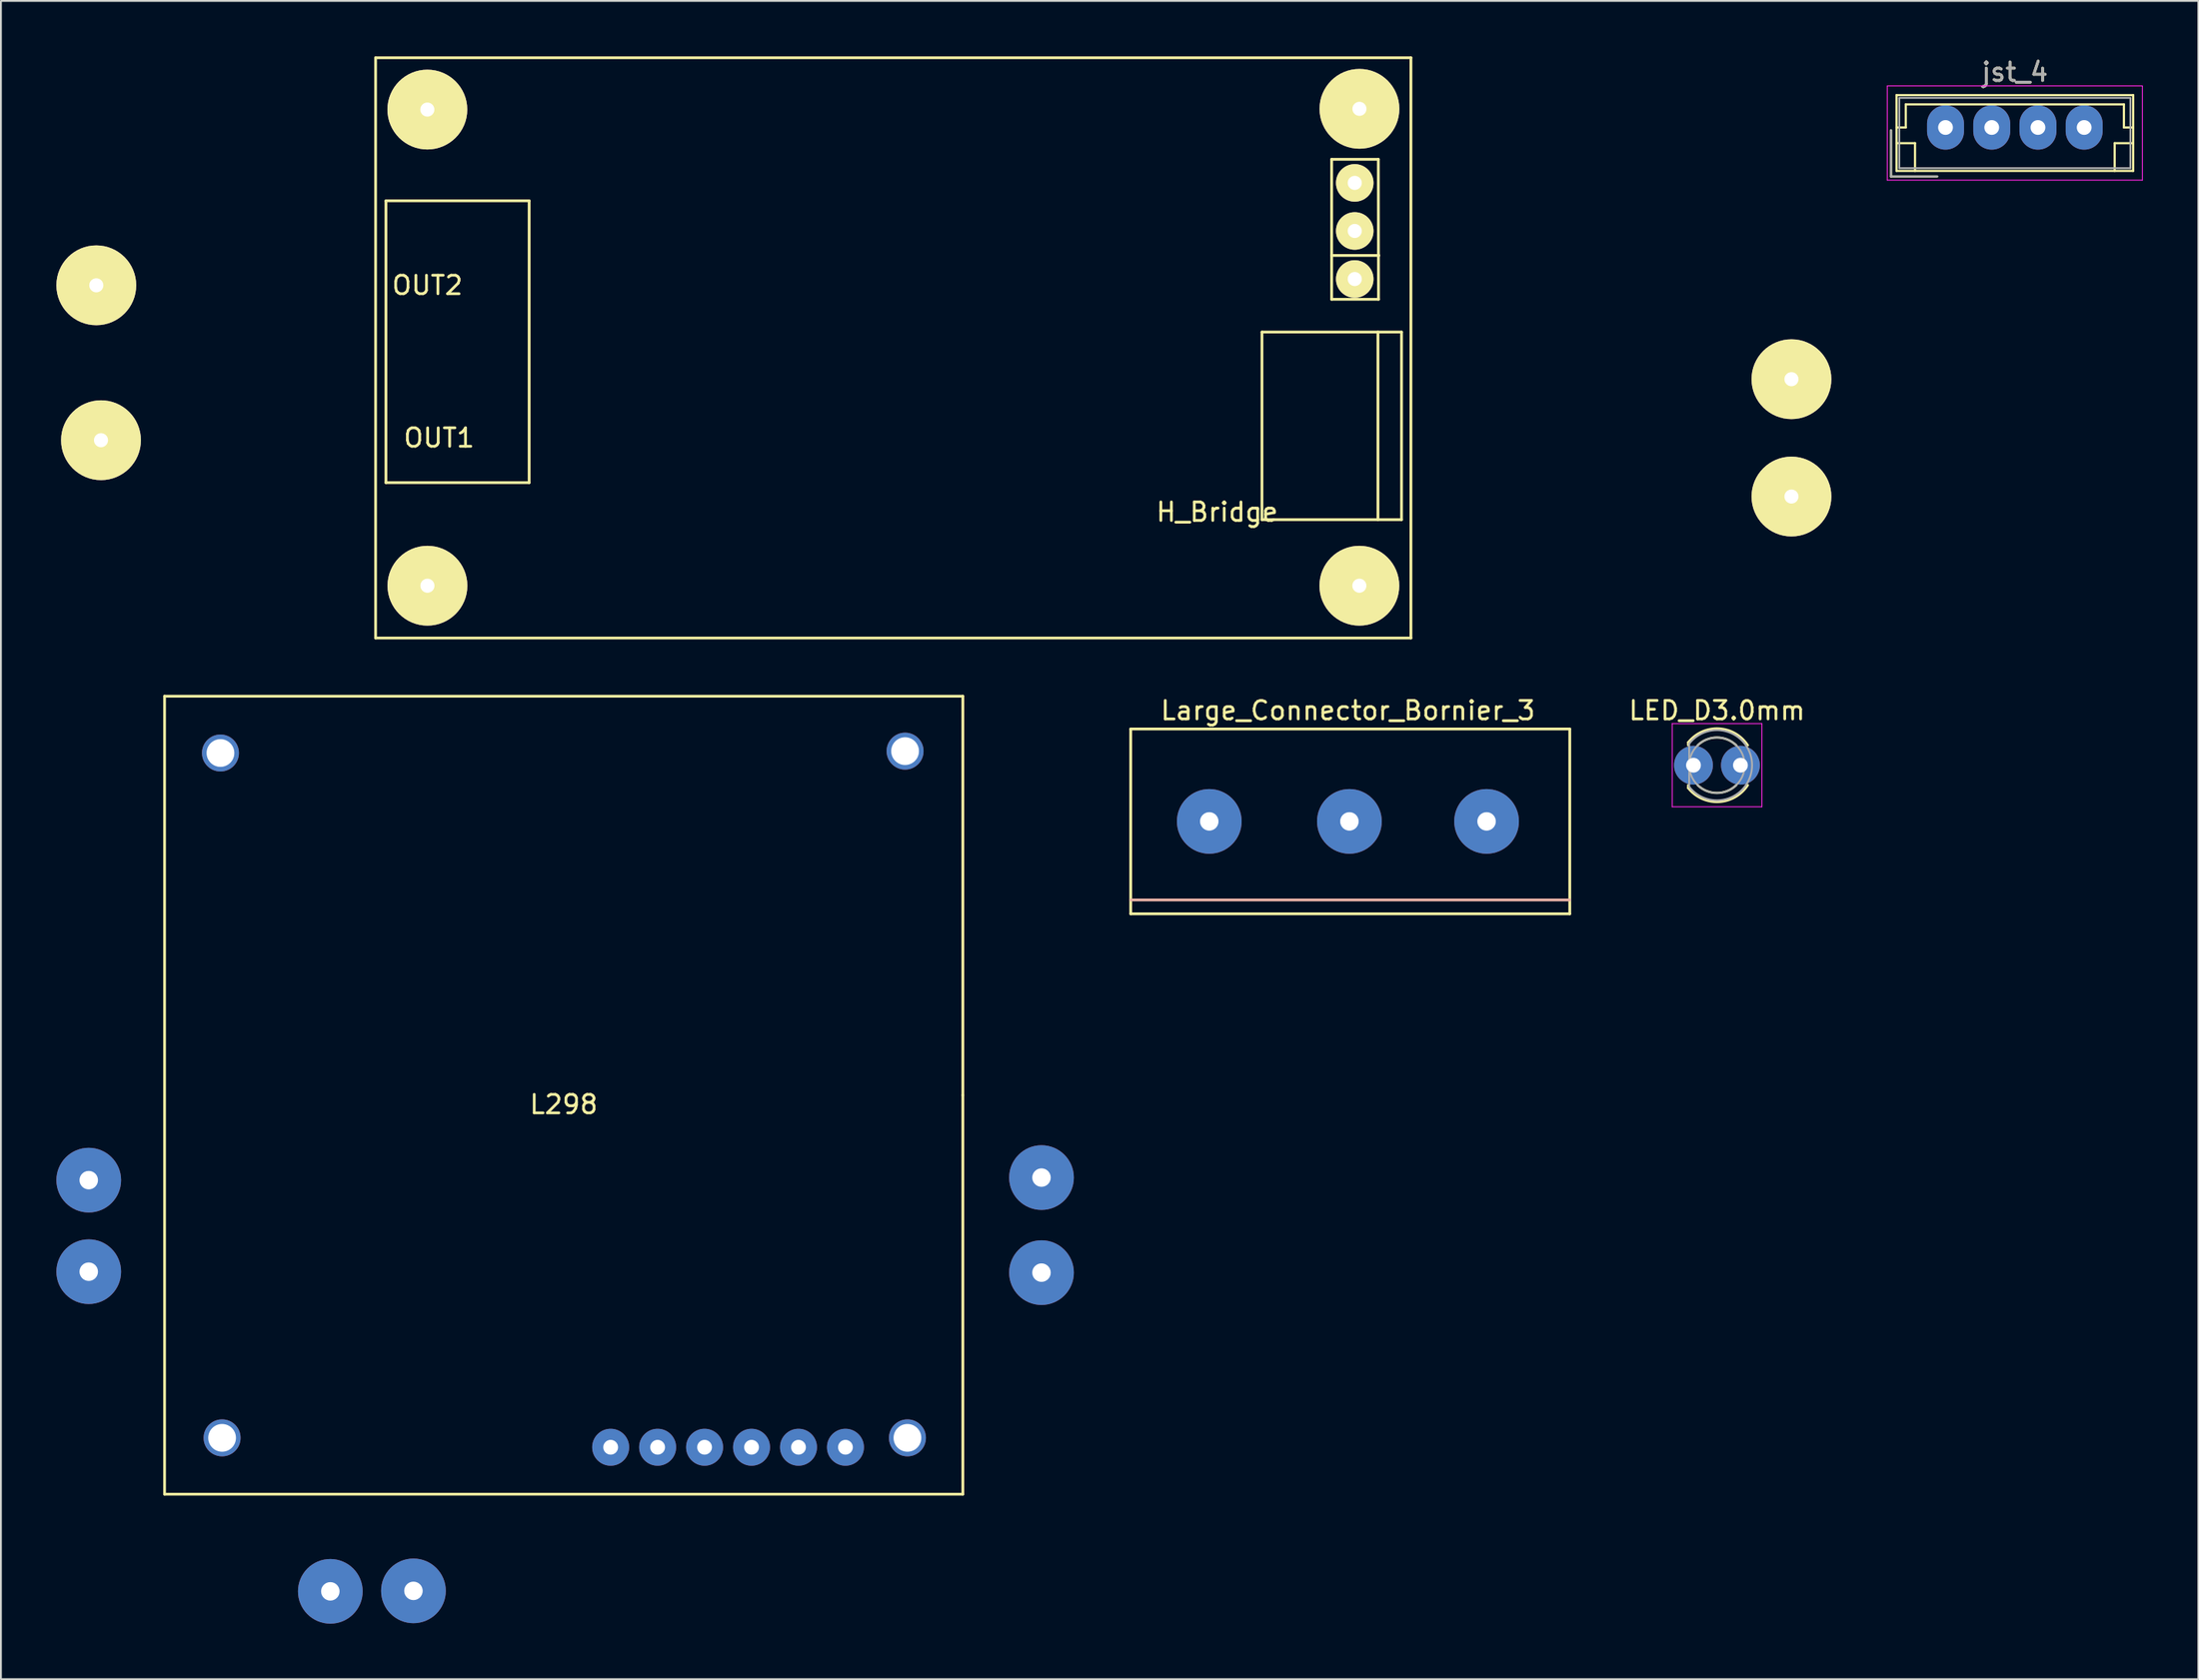
<source format=kicad_pcb>
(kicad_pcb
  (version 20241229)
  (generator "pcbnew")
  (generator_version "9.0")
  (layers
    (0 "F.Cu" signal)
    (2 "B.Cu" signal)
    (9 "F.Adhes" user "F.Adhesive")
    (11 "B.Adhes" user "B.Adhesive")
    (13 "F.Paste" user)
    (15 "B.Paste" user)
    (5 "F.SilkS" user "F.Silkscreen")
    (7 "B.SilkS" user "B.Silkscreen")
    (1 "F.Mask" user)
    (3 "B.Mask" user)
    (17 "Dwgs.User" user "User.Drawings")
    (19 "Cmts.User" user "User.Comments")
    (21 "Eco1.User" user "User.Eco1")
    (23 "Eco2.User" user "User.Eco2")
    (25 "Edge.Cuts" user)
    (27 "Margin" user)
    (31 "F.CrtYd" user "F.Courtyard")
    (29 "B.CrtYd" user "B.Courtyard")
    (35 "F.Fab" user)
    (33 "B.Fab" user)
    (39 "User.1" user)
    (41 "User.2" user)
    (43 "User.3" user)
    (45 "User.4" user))
  (footprint "L298"
    (layer "F.Cu")
    (at 27.442 56.214)
    (property "Reference" "L298" (at 0 0.5 0) (layer "F.SilkS") (effects (font (size 1 1) (thickness 0.15))))
    (attr through_hole)
    (fp_line (start -21.59 -21.59) (end 21.59 -21.59) (stroke (width 0.15) (type solid)) (layer "F.SilkS"))
    (fp_line (start -21.59 21.59) (end -21.59 -21.59) (stroke (width 0.15) (type solid)) (layer "F.SilkS"))
    (fp_line (start 21.59 -21.59) (end 21.59 0) (stroke (width 0.15) (type solid)) (layer "F.SilkS"))
    (fp_line (start 21.59 0) (end 21.59 21.59) (stroke (width 0.15) (type solid)) (layer "F.SilkS"))
    (fp_line (start 21.59 21.59) (end -21.59 21.59) (stroke (width 0.15) (type solid)) (layer "F.SilkS"))
    (pad "0" thru_hole circle (at -18.567 -18.517) (size 2 2) (drill 1.5) (layers "*.Cu" "*.Mask"))
    (pad "0" thru_hole circle (at -18.479 18.542) (size 2 2) (drill 1.5) (layers "*.Cu" "*.Mask"))
    (pad "0" thru_hole circle (at 18.466 -18.618) (size 2 2) (drill 1.5) (layers "*.Cu" "*.Mask"))
    (pad "0" thru_hole circle (at 18.593 18.542) (size 2 2) (drill 1.5) (layers "*.Cu" "*.Mask"))
    (pad "1" thru_hole circle (at -12.624 26.848) (size 3.5 3.5) (drill 1) (layers "*.Cu" "*.Mask"))
    (pad "2" thru_hole circle (at -8.128 26.822) (size 3.5 3.5) (drill 1) (layers "*.Cu" "*.Mask"))
    (pad "3" thru_hole circle (at 2.54 19.05) (size 2 2) (drill 0.8) (layers "*.Cu" "*.Mask"))
    (pad "4" thru_hole circle (at 5.08 19.05) (size 2 2) (drill 0.8) (layers "*.Cu" "*.Mask"))
    (pad "5" thru_hole circle (at 7.62 19.05) (size 2 2) (drill 0.8) (layers "*.Cu" "*.Mask"))
    (pad "6" thru_hole circle (at 10.16 19.05) (size 2 2) (drill 0.8) (layers "*.Cu" "*.Mask"))
    (pad "7" thru_hole circle (at 12.7 19.05) (size 2 2) (drill 0.8) (layers "*.Cu" "*.Mask"))
    (pad "8" thru_hole circle (at 15.24 19.05) (size 2 2) (drill 0.8) (layers "*.Cu" "*.Mask"))
    (pad "9" thru_hole circle (at -25.692 4.597) (size 3.5 3.5) (drill 1) (layers "*.Cu" "*.Mask"))
    (pad "10" thru_hole circle (at -25.692 9.55) (size 3.5 3.5) (drill 1) (layers "*.Cu" "*.Mask"))
    (pad "11" thru_hole circle (at 25.845 4.458) (size 3.5 3.5) (drill 1) (layers "*.Cu" "*.Mask"))
    (pad "12" thru_hole circle (at 25.845 9.601) (size 3.5 3.5) (drill 1) (layers "*.Cu" "*.Mask")))
  (footprint "H_Bridge"
    (layer "F.Cu")
    (at 68.961 17.469)
    (property "Reference" "H_Bridge" (at -6.172 7.188 0) (layer "F.SilkS") (effects (font (size 1 1) (thickness 0.15))))
    (attr through_hole)
    (fp_line (start -51.694 -17.394) (end 4.308 -17.394) (stroke (width 0.15) (type solid)) (layer "F.SilkS"))
    (fp_line (start -51.694 14.006) (end -51.694 -17.394) (stroke (width 0.15) (type solid)) (layer "F.SilkS"))
    (fp_line (start -51.135 -9.652) (end -43.388 -9.652) (stroke (width 0.15) (type solid)) (layer "F.SilkS"))
    (fp_line (start -51.135 5.598) (end -51.135 -9.652) (stroke (width 0.15) (type solid)) (layer "F.SilkS"))
    (fp_line (start -43.388 -9.652) (end -43.388 5.598) (stroke (width 0.15) (type solid)) (layer "F.SilkS"))
    (fp_line (start -43.388 5.598) (end -51.135 5.598) (stroke (width 0.15) (type solid)) (layer "F.SilkS"))
    (fp_line (start -3.749 -2.55) (end 3.8 -2.55) (stroke (width 0.15) (type solid)) (layer "F.SilkS"))
    (fp_line (start -3.749 7.6) (end -3.749 -2.55) (stroke (width 0.15) (type solid)) (layer "F.SilkS"))
    (fp_line (start 0.015 -6.695) (end 2.57 -6.695) (stroke (width 0.15) (type solid)) (layer "F.SilkS"))
    (fp_line (start 0.02 -11.897) (end 2.545 -11.897) (stroke (width 0.15) (type solid)) (layer "F.SilkS"))
    (fp_line (start 0.02 -4.323) (end 0.02 -11.897) (stroke (width 0.15) (type solid)) (layer "F.SilkS"))
    (fp_line (start 2.525 -2.55) (end 2.525 7.6) (stroke (width 0.15) (type solid)) (layer "F.SilkS"))
    (fp_line (start 2.545 -11.897) (end 2.555 -4.323) (stroke (width 0.15) (type solid)) (layer "F.SilkS"))
    (fp_line (start 2.555 -4.323) (end 0.02 -4.323) (stroke (width 0.15) (type solid)) (layer "F.SilkS"))
    (fp_line (start 2.57 -6.695) (end 2.55 -6.701) (stroke (width 0.15) (type solid)) (layer "F.SilkS"))
    (fp_line (start 3.8 -2.55) (end 3.8 7.6) (stroke (width 0.15) (type solid)) (layer "F.SilkS"))
    (fp_line (start 3.8 7.6) (end -3.749 7.6) (stroke (width 0.15) (type solid)) (layer "F.SilkS"))
    (fp_line (start 4.308 -17.394) (end 4.308 14.006) (stroke (width 0.15) (type solid)) (layer "F.SilkS"))
    (fp_line (start 4.308 14.006) (end -51.694 14.006) (stroke (width 0.15) (type solid)) (layer "F.SilkS"))
    (fp_text user "OUT1" (at -48.26 3.175 0) (layer "F.SilkS") (effects (font (size 1 1) (thickness 0.15))))
    (fp_text user "OUT2" (at -48.895 -5.08 0) (layer "F.SilkS") (effects (font (size 1 1) (thickness 0.15))))
    (pad "" thru_hole circle (at -48.895 -14.59) (size 4.318 4.318) (drill 0.762) (layers "*.Cu" "*.Mask" "F.SilkS"))
    (pad "" thru_hole circle (at -48.89 11.176) (size 4.318 4.318) (drill 0.762) (layers "*.Cu" "*.Mask" "F.SilkS"))
    (pad "" thru_hole circle (at 1.519 11.176) (size 4.318 4.318) (drill 0.762) (layers "*.Cu" "*.Mask" "F.SilkS"))
    (pad "" thru_hole circle (at 1.524 -14.63) (size 4.318 4.318) (drill 0.762) (layers "*.Cu" "*.Mask" "F.SilkS"))
    (pad "1" thru_hole circle (at -66.548 3.302) (size 4.318 4.318) (drill 0.762) (layers "*.Cu" "*.Mask" "F.SilkS"))
    (pad "2" thru_hole circle (at -66.802 -5.08) (size 4.318 4.318) (drill 0.762) (layers "*.Cu" "*.Mask" "F.SilkS"))
    (pad "3" thru_hole circle (at 1.27 -10.622) (size 2.032 2.032) (drill 0.762) (layers "*.Cu" "*.Mask" "F.SilkS"))
    (pad "4" thru_hole circle (at 1.27 -8.021) (size 2.032 2.032) (drill 0.762) (layers "*.Cu" "*.Mask" "F.SilkS"))
    (pad "5" thru_hole circle (at 1.27 -5.42) (size 2.032 2.032) (drill 0.762) (layers "*.Cu" "*.Mask" "F.SilkS"))
    (pad "6" thru_hole circle (at 24.892 6.35) (size 4.318 4.318) (drill 0.762) (layers "*.Cu" "*.Mask" "F.SilkS"))
    (pad "7" thru_hole circle (at 24.892 0) (size 4.318 4.318) (drill 0.762) (layers "*.Cu" "*.Mask" "F.SilkS")))
  (footprint "Large_Connector_Bornier_3"
    (layer "F.Cu")
    (at 64.862 41.398)
    (property "Reference" "Large_Connector_Bornier_3" (at 5 -6 0) (layer "F.SilkS") (effects (font (size 1 1) (thickness 0.15))))
    (attr through_hole)
    (fp_line (start -6.75 -5) (end 17 -5) (stroke (width 0.15) (type solid)) (layer "F.SilkS"))
    (fp_line (start -6.75 5) (end -6.75 -5) (stroke (width 0.15) (type solid)) (layer "F.SilkS"))
    (fp_line (start 17 -5) (end 17 5) (stroke (width 0.15) (type solid)) (layer "F.SilkS"))
    (fp_line (start 17 5) (end -6.75 5) (stroke (width 0.15) (type solid)) (layer "F.SilkS"))
    (fp_line (start -6.75 4.25) (end 17 4.25) (stroke (width 0.15) (type solid)) (layer "B.SilkS"))
    (pad "1" thru_hole circle (at -2.5 0) (size 3.5 3.5) (drill 1) (layers "*.Cu" "*.Mask"))
    (pad "2" thru_hole circle (at 5.08 0) (size 3.5 3.5) (drill 1) (layers "*.Cu" "*.Mask"))
    (pad "3" thru_hole circle (at 12.5 0) (size 3.5 3.5) (drill 1) (layers "*.Cu" "*.Mask")))
  (footprint "LED_D3.0mm"
    (layer "F.Cu")
    (at 88.554 38.358)
    (property "Reference" "LED_D3.0mm" (at 1.27 -2.96 0) (layer "F.SilkS") (effects (font (size 1 1) (thickness 0.15))))
    (attr through_hole)
    (fp_line (start -0.29 -1.236) (end -0.29 -1.08) (stroke (width 0.12) (type solid)) (layer "F.SilkS"))
    (fp_line (start -0.29 1.08) (end -0.29 1.236) (stroke (width 0.12) (type solid)) (layer "F.SilkS"))
    (fp_arc (start -0.29 -1.235516) (mid 1.366487 -1.987659) (end 2.942335 -1.078608) (stroke (width 0.12) (type solid)) (layer "F.SilkS"))
    (fp_arc (start 0.229039 -1.08) (mid 1.270117 -1.5) (end 2.31113 -1.079837) (stroke (width 0.12) (type solid)) (layer "F.SilkS"))
    (fp_arc (start 2.31113 1.079837) (mid 1.270117 1.5) (end 0.229039 1.08) (stroke (width 0.12) (type solid)) (layer "F.SilkS"))
    (fp_arc (start 2.942335 1.078608) (mid 1.366487 1.987659) (end -0.29 1.235516) (stroke (width 0.12) (type solid)) (layer "F.SilkS"))
    (fp_line (start -1.15 -2.25) (end -1.15 2.25) (stroke (width 0.05) (type solid)) (layer "F.CrtYd"))
    (fp_line (start -1.15 2.25) (end 3.7 2.25) (stroke (width 0.05) (type solid)) (layer "F.CrtYd"))
    (fp_line (start 3.7 -2.25) (end -1.15 -2.25) (stroke (width 0.05) (type solid)) (layer "F.CrtYd"))
    (fp_line (start 3.7 2.25) (end 3.7 -2.25) (stroke (width 0.05) (type solid)) (layer "F.CrtYd"))
    (fp_line (start -0.23 -1.166) (end -0.23 1.166) (stroke (width 0.1) (type solid)) (layer "F.Fab"))
    (fp_arc (start -0.23 -1.16619) (mid 3.17 0.000452) (end -0.230555 1.165476) (stroke (width 0.1) (type solid)) (layer "F.Fab"))
    (fp_circle (center 1.27 0) (end 2.77 0) (stroke (width 0.1) (type solid)) (fill no) (layer "F.Fab"))
    (pad "1" thru_hole circle (at 0 0) (size 2.1 2.1) (drill 0.8) (layers "*.Cu" "*.Mask"))
    (pad "2" thru_hole circle (at 2.54 0) (size 2.1 2.1) (drill 0.8) (layers "*.Cu" "*.Mask")))
  (footprint "jst_4"
    (layer "F.Cu")
    (at 102.187 3.848)
    (property "Reference" "jst_4" (at 3.75 -3 0) (layer "F.SilkS") (effects (font (size 1 1) (thickness 0.15))))
    (attr through_hole)
    (fp_line (start -2.95 0.15) (end -2.95 2.65) (stroke (width 0.12) (type solid)) (layer "F.SilkS"))
    (fp_line (start -2.95 2.65) (end -0.45 2.65) (stroke (width 0.12) (type solid)) (layer "F.SilkS"))
    (fp_line (start -2.65 -1.75) (end -2.65 2.35) (stroke (width 0.12) (type solid)) (layer "F.SilkS"))
    (fp_line (start -2.65 0) (end -2.15 0) (stroke (width 0.12) (type solid)) (layer "F.SilkS"))
    (fp_line (start -2.65 0.85) (end -1.65 0.85) (stroke (width 0.12) (type solid)) (layer "F.SilkS"))
    (fp_line (start -2.65 2.35) (end 10.15 2.35) (stroke (width 0.12) (type solid)) (layer "F.SilkS"))
    (fp_line (start -2.15 -1.25) (end 9.65 -1.25) (stroke (width 0.12) (type solid)) (layer "F.SilkS"))
    (fp_line (start -2.15 0) (end -2.15 -1.25) (stroke (width 0.12) (type solid)) (layer "F.SilkS"))
    (fp_line (start -1.65 0.85) (end -1.65 2.35) (stroke (width 0.12) (type solid)) (layer "F.SilkS"))
    (fp_line (start 9.15 0.85) (end 9.15 2.35) (stroke (width 0.12) (type solid)) (layer "F.SilkS"))
    (fp_line (start 9.65 -1.25) (end 9.65 0) (stroke (width 0.12) (type solid)) (layer "F.SilkS"))
    (fp_line (start 9.65 0) (end 10.15 0) (stroke (width 0.12) (type solid)) (layer "F.SilkS"))
    (fp_line (start 10.15 -1.75) (end -2.65 -1.75) (stroke (width 0.12) (type solid)) (layer "F.SilkS"))
    (fp_line (start 10.15 0.85) (end 9.15 0.85) (stroke (width 0.12) (type solid)) (layer "F.SilkS"))
    (fp_line (start 10.15 2.35) (end 10.15 -1.75) (stroke (width 0.12) (type solid)) (layer "F.SilkS"))
    (fp_line (start -3.15 -2.25) (end -3.15 2.85) (stroke (width 0.05) (type solid)) (layer "F.CrtYd"))
    (fp_line (start -3.15 2.85) (end 10.65 2.85) (stroke (width 0.05) (type solid)) (layer "F.CrtYd"))
    (fp_line (start 10.65 -2.25) (end -3.15 -2.25) (stroke (width 0.05) (type solid)) (layer "F.CrtYd"))
    (fp_line (start 10.65 2.85) (end 10.65 -2.25) (stroke (width 0.05) (type solid)) (layer "F.CrtYd"))
    (fp_line (start -2.95 0.15) (end -2.95 2.65) (stroke (width 0.1) (type solid)) (layer "F.Fab"))
    (fp_line (start -2.95 2.65) (end -0.45 2.65) (stroke (width 0.1) (type solid)) (layer "F.Fab"))
    (fp_line (start -2.5 -1.6) (end -2.5 2.2) (stroke (width 0.1) (type solid)) (layer "F.Fab"))
    (fp_line (start -2.5 2.2) (end 10 2.2) (stroke (width 0.1) (type solid)) (layer "F.Fab"))
    (fp_line (start 10 -1.6) (end -2.5 -1.6) (stroke (width 0.1) (type solid)) (layer "F.Fab"))
    (fp_line (start 10 2.2) (end 10 -1.6) (stroke (width 0.1) (type solid)) (layer "F.Fab"))
    (fp_text user "${REFERENCE}" (at 3.75 -3 0) (layer "F.Fab") (effects (font (size 1 1) (thickness 0.15))))
    (pad "1" thru_hole oval (at 0 0) (size 2 2.4) (drill 0.8) (layers "*.Cu" "*.Mask"))
    (pad "2" thru_hole oval (at 2.5 0) (size 2 2.4) (drill 0.8) (layers "*.Cu" "*.Mask"))
    (pad "3" thru_hole oval (at 5 0) (size 2 2.4) (drill 0.8) (layers "*.Cu" "*.Mask"))
    (pad "4" thru_hole oval (at 7.5 0) (size 2 2.4) (drill 0.8) (layers "*.Cu" "*.Mask")))
  (gr_rect
    (start -3 -3)
    (end 115.862 87.812)
    (stroke (width 0.1) (type default))
    (fill no)
    (layer "Edge.Cuts")))
</source>
